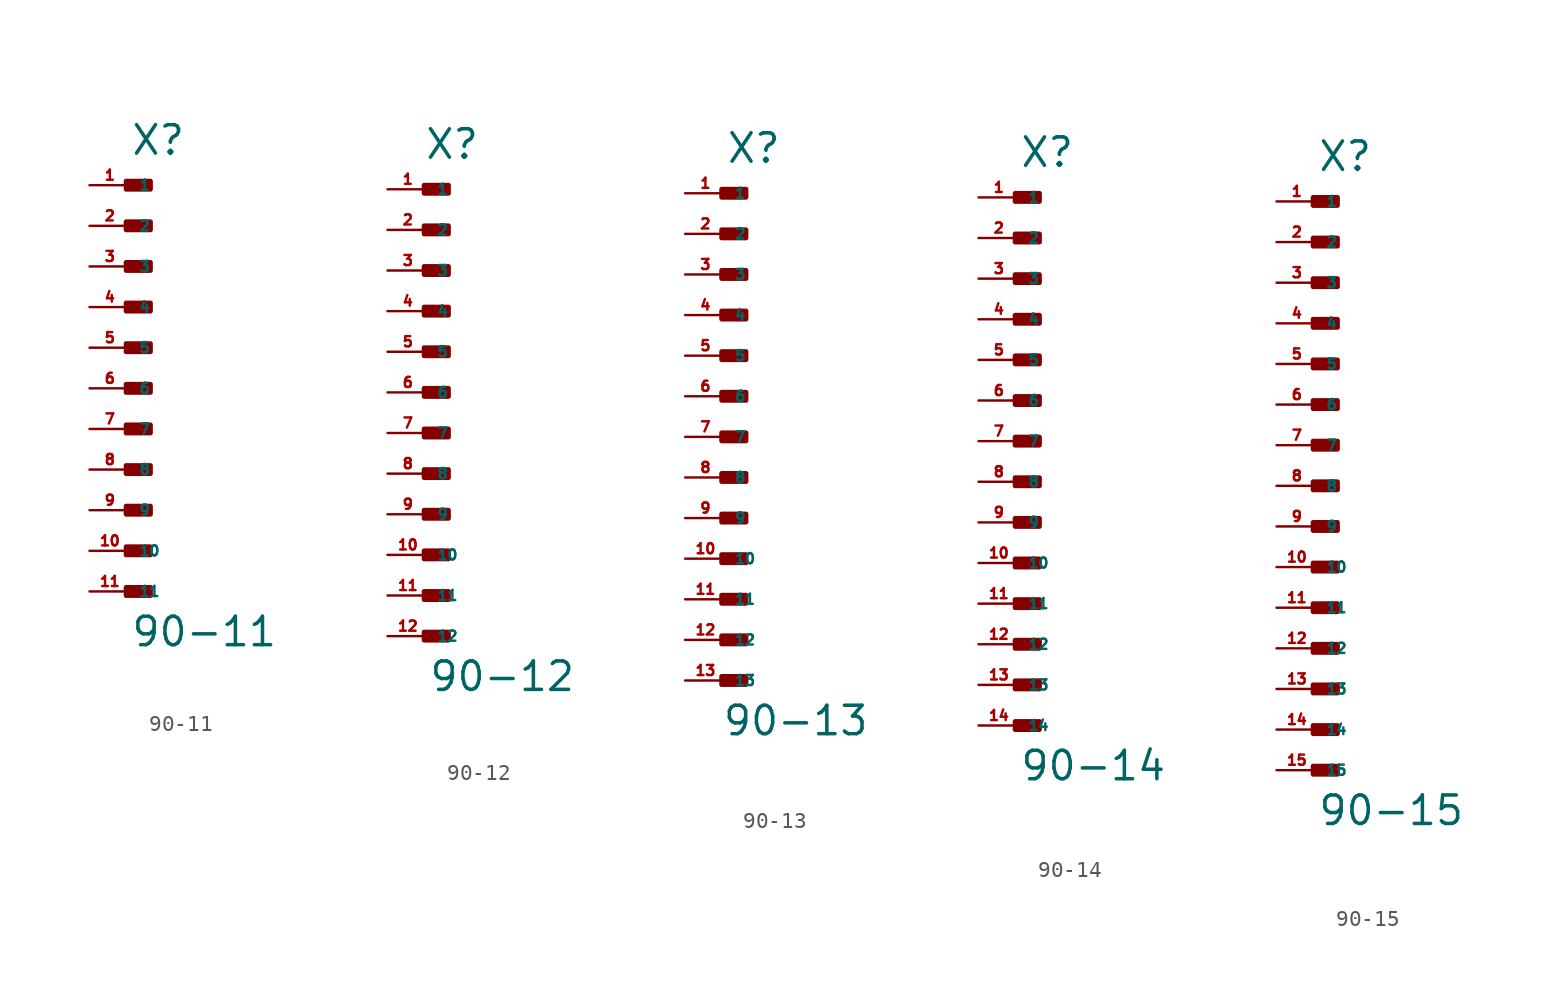
<source format=kicad_sym>
(kicad_symbol_lib
  (version 20220914)
  (generator Eagle2Kicad)
  (symbol "90-11"
    (property "Reference" "X"
      (at 0 14.478 0)
      (effects (font (size 1.778 1.778) (thickness 0.22)) (justify left bottom)))
    (property "Value" "90-11"
      (at 0 -16.256 0)
      (effects (font (size 1.778 1.778) (thickness 0.22)) (justify left bottom)))
    (rectangle
      (start -0.254 12.446)
      (end 1.27 12.954)
      (stroke (width 0.3) (type default))
      (fill (type outline)))
    (rectangle
      (start -0.254 9.906)
      (end 1.27 10.414)
      (stroke (width 0.3) (type default))
      (fill (type outline)))
    (rectangle
      (start -0.254 7.366)
      (end 1.27 7.874)
      (stroke (width 0.3) (type default))
      (fill (type outline)))
    (rectangle
      (start -0.254 4.826)
      (end 1.27 5.334)
      (stroke (width 0.3) (type default))
      (fill (type outline)))
    (rectangle
      (start -0.254 2.286)
      (end 1.27 2.794)
      (stroke (width 0.3) (type default))
      (fill (type outline)))
    (rectangle
      (start -0.254 -0.254)
      (end 1.27 0.254)
      (stroke (width 0.3) (type default))
      (fill (type outline)))
    (rectangle
      (start -0.254 -2.794)
      (end 1.27 -2.286)
      (stroke (width 0.3) (type default))
      (fill (type outline)))
    (rectangle
      (start -0.254 -5.334)
      (end 1.27 -4.826)
      (stroke (width 0.3) (type default))
      (fill (type outline)))
    (rectangle
      (start -0.254 -7.874)
      (end 1.27 -7.366)
      (stroke (width 0.3) (type default))
      (fill (type outline)))
    (rectangle
      (start -0.254 -10.414)
      (end 1.27 -9.906)
      (stroke (width 0.3) (type default))
      (fill (type outline)))
    (rectangle
      (start -0.254 -12.954)
      (end 1.27 -12.446)
      (stroke (width 0.3) (type default))
      (fill (type outline)))
    (pin passive line
      (at -2.54 12.7 0)
      (length 2.54)
      (name "1" (effects (font (size 0.635 0.635) (thickness 0.08)) (justify left bottom)))
      (number "1" (effects (font (size 0.635 0.635) (thickness 0.08)) (justify left bottom))))
    (pin passive line
      (at -2.54 10.16 0)
      (length 2.54)
      (name "2" (effects (font (size 0.635 0.635) (thickness 0.08)) (justify left bottom)))
      (number "2" (effects (font (size 0.635 0.635) (thickness 0.08)) (justify left bottom))))
    (pin passive line
      (at -2.54 7.62 0)
      (length 2.54)
      (name "3" (effects (font (size 0.635 0.635) (thickness 0.08)) (justify left bottom)))
      (number "3" (effects (font (size 0.635 0.635) (thickness 0.08)) (justify left bottom))))
    (pin passive line
      (at -2.54 5.08 0)
      (length 2.54)
      (name "4" (effects (font (size 0.635 0.635) (thickness 0.08)) (justify left bottom)))
      (number "4" (effects (font (size 0.635 0.635) (thickness 0.08)) (justify left bottom))))
    (pin passive line
      (at -2.54 2.54 0)
      (length 2.54)
      (name "5" (effects (font (size 0.635 0.635) (thickness 0.08)) (justify left bottom)))
      (number "5" (effects (font (size 0.635 0.635) (thickness 0.08)) (justify left bottom))))
    (pin passive line
      (at -2.54 0 0)
      (length 2.54)
      (name "6" (effects (font (size 0.635 0.635) (thickness 0.08)) (justify left bottom)))
      (number "6" (effects (font (size 0.635 0.635) (thickness 0.08)) (justify left bottom))))
    (pin passive line
      (at -2.54 -2.54 0)
      (length 2.54)
      (name "7" (effects (font (size 0.635 0.635) (thickness 0.08)) (justify left bottom)))
      (number "7" (effects (font (size 0.635 0.635) (thickness 0.08)) (justify left bottom))))
    (pin passive line
      (at -2.54 -5.08 0)
      (length 2.54)
      (name "8" (effects (font (size 0.635 0.635) (thickness 0.08)) (justify left bottom)))
      (number "8" (effects (font (size 0.635 0.635) (thickness 0.08)) (justify left bottom))))
    (pin passive line
      (at -2.54 -7.62 0)
      (length 2.54)
      (name "9" (effects (font (size 0.635 0.635) (thickness 0.08)) (justify left bottom)))
      (number "9" (effects (font (size 0.635 0.635) (thickness 0.08)) (justify left bottom))))
    (pin passive line
      (at -2.54 -10.16 0)
      (length 2.54)
      (name "10" (effects (font (size 0.635 0.635) (thickness 0.08)) (justify left bottom)))
      (number "10" (effects (font (size 0.635 0.635) (thickness 0.08)) (justify left bottom))))
    (pin passive line
      (at -2.54 -12.7 0)
      (length 2.54)
      (name "11" (effects (font (size 0.635 0.635) (thickness 0.08)) (justify left bottom)))
      (number "11" (effects (font (size 0.635 0.635) (thickness 0.08)) (justify left bottom)))))
  (symbol "90-12"
    (property "Reference" "X"
      (at -0.254 14.478 0)
      (effects (font (size 1.778 1.778) (thickness 0.22)) (justify left bottom)))
    (property "Value" "90-12"
      (at 0 -18.796 0)
      (effects (font (size 1.778 1.778) (thickness 0.22)) (justify left bottom)))
    (rectangle
      (start -0.254 12.446)
      (end 1.27 12.954)
      (stroke (width 0.3) (type default))
      (fill (type outline)))
    (rectangle
      (start -0.254 9.906)
      (end 1.27 10.414)
      (stroke (width 0.3) (type default))
      (fill (type outline)))
    (rectangle
      (start -0.254 7.366)
      (end 1.27 7.874)
      (stroke (width 0.3) (type default))
      (fill (type outline)))
    (rectangle
      (start -0.254 4.826)
      (end 1.27 5.334)
      (stroke (width 0.3) (type default))
      (fill (type outline)))
    (rectangle
      (start -0.254 2.286)
      (end 1.27 2.794)
      (stroke (width 0.3) (type default))
      (fill (type outline)))
    (rectangle
      (start -0.254 -0.254)
      (end 1.27 0.254)
      (stroke (width 0.3) (type default))
      (fill (type outline)))
    (rectangle
      (start -0.254 -2.794)
      (end 1.27 -2.286)
      (stroke (width 0.3) (type default))
      (fill (type outline)))
    (rectangle
      (start -0.254 -5.334)
      (end 1.27 -4.826)
      (stroke (width 0.3) (type default))
      (fill (type outline)))
    (rectangle
      (start -0.254 -7.874)
      (end 1.27 -7.366)
      (stroke (width 0.3) (type default))
      (fill (type outline)))
    (rectangle
      (start -0.254 -10.414)
      (end 1.27 -9.906)
      (stroke (width 0.3) (type default))
      (fill (type outline)))
    (rectangle
      (start -0.254 -12.954)
      (end 1.27 -12.446)
      (stroke (width 0.3) (type default))
      (fill (type outline)))
    (rectangle
      (start -0.254 -15.494)
      (end 1.27 -14.986)
      (stroke (width 0.3) (type default))
      (fill (type outline)))
    (pin passive line
      (at -2.54 12.7 0)
      (length 2.54)
      (name "1" (effects (font (size 0.635 0.635) (thickness 0.08)) (justify left bottom)))
      (number "1" (effects (font (size 0.635 0.635) (thickness 0.08)) (justify left bottom))))
    (pin passive line
      (at -2.54 10.16 0)
      (length 2.54)
      (name "2" (effects (font (size 0.635 0.635) (thickness 0.08)) (justify left bottom)))
      (number "2" (effects (font (size 0.635 0.635) (thickness 0.08)) (justify left bottom))))
    (pin passive line
      (at -2.54 7.62 0)
      (length 2.54)
      (name "3" (effects (font (size 0.635 0.635) (thickness 0.08)) (justify left bottom)))
      (number "3" (effects (font (size 0.635 0.635) (thickness 0.08)) (justify left bottom))))
    (pin passive line
      (at -2.54 5.08 0)
      (length 2.54)
      (name "4" (effects (font (size 0.635 0.635) (thickness 0.08)) (justify left bottom)))
      (number "4" (effects (font (size 0.635 0.635) (thickness 0.08)) (justify left bottom))))
    (pin passive line
      (at -2.54 2.54 0)
      (length 2.54)
      (name "5" (effects (font (size 0.635 0.635) (thickness 0.08)) (justify left bottom)))
      (number "5" (effects (font (size 0.635 0.635) (thickness 0.08)) (justify left bottom))))
    (pin passive line
      (at -2.54 0 0)
      (length 2.54)
      (name "6" (effects (font (size 0.635 0.635) (thickness 0.08)) (justify left bottom)))
      (number "6" (effects (font (size 0.635 0.635) (thickness 0.08)) (justify left bottom))))
    (pin passive line
      (at -2.54 -2.54 0)
      (length 2.54)
      (name "7" (effects (font (size 0.635 0.635) (thickness 0.08)) (justify left bottom)))
      (number "7" (effects (font (size 0.635 0.635) (thickness 0.08)) (justify left bottom))))
    (pin passive line
      (at -2.54 -5.08 0)
      (length 2.54)
      (name "8" (effects (font (size 0.635 0.635) (thickness 0.08)) (justify left bottom)))
      (number "8" (effects (font (size 0.635 0.635) (thickness 0.08)) (justify left bottom))))
    (pin passive line
      (at -2.54 -7.62 0)
      (length 2.54)
      (name "9" (effects (font (size 0.635 0.635) (thickness 0.08)) (justify left bottom)))
      (number "9" (effects (font (size 0.635 0.635) (thickness 0.08)) (justify left bottom))))
    (pin passive line
      (at -2.54 -10.16 0)
      (length 2.54)
      (name "10" (effects (font (size 0.635 0.635) (thickness 0.08)) (justify left bottom)))
      (number "10" (effects (font (size 0.635 0.635) (thickness 0.08)) (justify left bottom))))
    (pin passive line
      (at -2.54 -12.7 0)
      (length 2.54)
      (name "11" (effects (font (size 0.635 0.635) (thickness 0.08)) (justify left bottom)))
      (number "11" (effects (font (size 0.635 0.635) (thickness 0.08)) (justify left bottom))))
    (pin passive line
      (at -2.54 -15.24 0)
      (length 2.54)
      (name "12" (effects (font (size 0.635 0.635) (thickness 0.08)) (justify left bottom)))
      (number "12" (effects (font (size 0.635 0.635) (thickness 0.08)) (justify left bottom)))))
  (symbol "90-13"
    (property "Reference" "X"
      (at 0 17.018 0)
      (effects (font (size 1.778 1.778) (thickness 0.22)) (justify left bottom)))
    (property "Value" "90-13"
      (at -0.254 -18.796 0)
      (effects (font (size 1.778 1.778) (thickness 0.22)) (justify left bottom)))
    (rectangle
      (start -0.254 14.986)
      (end 1.27 15.494)
      (stroke (width 0.3) (type default))
      (fill (type outline)))
    (rectangle
      (start -0.254 12.446)
      (end 1.27 12.954)
      (stroke (width 0.3) (type default))
      (fill (type outline)))
    (rectangle
      (start -0.254 9.906)
      (end 1.27 10.414)
      (stroke (width 0.3) (type default))
      (fill (type outline)))
    (rectangle
      (start -0.254 7.366)
      (end 1.27 7.874)
      (stroke (width 0.3) (type default))
      (fill (type outline)))
    (rectangle
      (start -0.254 4.826)
      (end 1.27 5.334)
      (stroke (width 0.3) (type default))
      (fill (type outline)))
    (rectangle
      (start -0.254 2.286)
      (end 1.27 2.794)
      (stroke (width 0.3) (type default))
      (fill (type outline)))
    (rectangle
      (start -0.254 -0.254)
      (end 1.27 0.254)
      (stroke (width 0.3) (type default))
      (fill (type outline)))
    (rectangle
      (start -0.254 -2.794)
      (end 1.27 -2.286)
      (stroke (width 0.3) (type default))
      (fill (type outline)))
    (rectangle
      (start -0.254 -5.334)
      (end 1.27 -4.826)
      (stroke (width 0.3) (type default))
      (fill (type outline)))
    (rectangle
      (start -0.254 -7.874)
      (end 1.27 -7.366)
      (stroke (width 0.3) (type default))
      (fill (type outline)))
    (rectangle
      (start -0.254 -10.414)
      (end 1.27 -9.906)
      (stroke (width 0.3) (type default))
      (fill (type outline)))
    (rectangle
      (start -0.254 -12.954)
      (end 1.27 -12.446)
      (stroke (width 0.3) (type default))
      (fill (type outline)))
    (rectangle
      (start -0.254 -15.494)
      (end 1.27 -14.986)
      (stroke (width 0.3) (type default))
      (fill (type outline)))
    (pin passive line
      (at -2.54 15.24 0)
      (length 2.54)
      (name "1" (effects (font (size 0.635 0.635) (thickness 0.08)) (justify left bottom)))
      (number "1" (effects (font (size 0.635 0.635) (thickness 0.08)) (justify left bottom))))
    (pin passive line
      (at -2.54 12.7 0)
      (length 2.54)
      (name "2" (effects (font (size 0.635 0.635) (thickness 0.08)) (justify left bottom)))
      (number "2" (effects (font (size 0.635 0.635) (thickness 0.08)) (justify left bottom))))
    (pin passive line
      (at -2.54 10.16 0)
      (length 2.54)
      (name "3" (effects (font (size 0.635 0.635) (thickness 0.08)) (justify left bottom)))
      (number "3" (effects (font (size 0.635 0.635) (thickness 0.08)) (justify left bottom))))
    (pin passive line
      (at -2.54 7.62 0)
      (length 2.54)
      (name "4" (effects (font (size 0.635 0.635) (thickness 0.08)) (justify left bottom)))
      (number "4" (effects (font (size 0.635 0.635) (thickness 0.08)) (justify left bottom))))
    (pin passive line
      (at -2.54 5.08 0)
      (length 2.54)
      (name "5" (effects (font (size 0.635 0.635) (thickness 0.08)) (justify left bottom)))
      (number "5" (effects (font (size 0.635 0.635) (thickness 0.08)) (justify left bottom))))
    (pin passive line
      (at -2.54 2.54 0)
      (length 2.54)
      (name "6" (effects (font (size 0.635 0.635) (thickness 0.08)) (justify left bottom)))
      (number "6" (effects (font (size 0.635 0.635) (thickness 0.08)) (justify left bottom))))
    (pin passive line
      (at -2.54 0 0)
      (length 2.54)
      (name "7" (effects (font (size 0.635 0.635) (thickness 0.08)) (justify left bottom)))
      (number "7" (effects (font (size 0.635 0.635) (thickness 0.08)) (justify left bottom))))
    (pin passive line
      (at -2.54 -2.54 0)
      (length 2.54)
      (name "8" (effects (font (size 0.635 0.635) (thickness 0.08)) (justify left bottom)))
      (number "8" (effects (font (size 0.635 0.635) (thickness 0.08)) (justify left bottom))))
    (pin passive line
      (at -2.54 -5.08 0)
      (length 2.54)
      (name "9" (effects (font (size 0.635 0.635) (thickness 0.08)) (justify left bottom)))
      (number "9" (effects (font (size 0.635 0.635) (thickness 0.08)) (justify left bottom))))
    (pin passive line
      (at -2.54 -7.62 0)
      (length 2.54)
      (name "10" (effects (font (size 0.635 0.635) (thickness 0.08)) (justify left bottom)))
      (number "10" (effects (font (size 0.635 0.635) (thickness 0.08)) (justify left bottom))))
    (pin passive line
      (at -2.54 -10.16 0)
      (length 2.54)
      (name "11" (effects (font (size 0.635 0.635) (thickness 0.08)) (justify left bottom)))
      (number "11" (effects (font (size 0.635 0.635) (thickness 0.08)) (justify left bottom))))
    (pin passive line
      (at -2.54 -12.7 0)
      (length 2.54)
      (name "12" (effects (font (size 0.635 0.635) (thickness 0.08)) (justify left bottom)))
      (number "12" (effects (font (size 0.635 0.635) (thickness 0.08)) (justify left bottom))))
    (pin passive line
      (at -2.54 -15.24 0)
      (length 2.54)
      (name "13" (effects (font (size 0.635 0.635) (thickness 0.08)) (justify left bottom)))
      (number "13" (effects (font (size 0.635 0.635) (thickness 0.08)) (justify left bottom)))))
  (symbol "90-14"
    (property "Reference" "X"
      (at 0 17.018 0)
      (effects (font (size 1.778 1.778) (thickness 0.22)) (justify left bottom)))
    (property "Value" "90-14"
      (at 0 -21.336 0)
      (effects (font (size 1.778 1.778) (thickness 0.22)) (justify left bottom)))
    (rectangle
      (start -0.254 14.986)
      (end 1.27 15.494)
      (stroke (width 0.3) (type default))
      (fill (type outline)))
    (rectangle
      (start -0.254 12.446)
      (end 1.27 12.954)
      (stroke (width 0.3) (type default))
      (fill (type outline)))
    (rectangle
      (start -0.254 9.906)
      (end 1.27 10.414)
      (stroke (width 0.3) (type default))
      (fill (type outline)))
    (rectangle
      (start -0.254 7.366)
      (end 1.27 7.874)
      (stroke (width 0.3) (type default))
      (fill (type outline)))
    (rectangle
      (start -0.254 4.826)
      (end 1.27 5.334)
      (stroke (width 0.3) (type default))
      (fill (type outline)))
    (rectangle
      (start -0.254 2.286)
      (end 1.27 2.794)
      (stroke (width 0.3) (type default))
      (fill (type outline)))
    (rectangle
      (start -0.254 -0.254)
      (end 1.27 0.254)
      (stroke (width 0.3) (type default))
      (fill (type outline)))
    (rectangle
      (start -0.254 -2.794)
      (end 1.27 -2.286)
      (stroke (width 0.3) (type default))
      (fill (type outline)))
    (rectangle
      (start -0.254 -5.334)
      (end 1.27 -4.826)
      (stroke (width 0.3) (type default))
      (fill (type outline)))
    (rectangle
      (start -0.254 -7.874)
      (end 1.27 -7.366)
      (stroke (width 0.3) (type default))
      (fill (type outline)))
    (rectangle
      (start -0.254 -10.414)
      (end 1.27 -9.906)
      (stroke (width 0.3) (type default))
      (fill (type outline)))
    (rectangle
      (start -0.254 -12.954)
      (end 1.27 -12.446)
      (stroke (width 0.3) (type default))
      (fill (type outline)))
    (rectangle
      (start -0.254 -15.494)
      (end 1.27 -14.986)
      (stroke (width 0.3) (type default))
      (fill (type outline)))
    (rectangle
      (start -0.254 -18.034)
      (end 1.27 -17.526)
      (stroke (width 0.3) (type default))
      (fill (type outline)))
    (pin passive line
      (at -2.54 15.24 0)
      (length 2.54)
      (name "1" (effects (font (size 0.635 0.635) (thickness 0.08)) (justify left bottom)))
      (number "1" (effects (font (size 0.635 0.635) (thickness 0.08)) (justify left bottom))))
    (pin passive line
      (at -2.54 12.7 0)
      (length 2.54)
      (name "2" (effects (font (size 0.635 0.635) (thickness 0.08)) (justify left bottom)))
      (number "2" (effects (font (size 0.635 0.635) (thickness 0.08)) (justify left bottom))))
    (pin passive line
      (at -2.54 10.16 0)
      (length 2.54)
      (name "3" (effects (font (size 0.635 0.635) (thickness 0.08)) (justify left bottom)))
      (number "3" (effects (font (size 0.635 0.635) (thickness 0.08)) (justify left bottom))))
    (pin passive line
      (at -2.54 7.62 0)
      (length 2.54)
      (name "4" (effects (font (size 0.635 0.635) (thickness 0.08)) (justify left bottom)))
      (number "4" (effects (font (size 0.635 0.635) (thickness 0.08)) (justify left bottom))))
    (pin passive line
      (at -2.54 5.08 0)
      (length 2.54)
      (name "5" (effects (font (size 0.635 0.635) (thickness 0.08)) (justify left bottom)))
      (number "5" (effects (font (size 0.635 0.635) (thickness 0.08)) (justify left bottom))))
    (pin passive line
      (at -2.54 2.54 0)
      (length 2.54)
      (name "6" (effects (font (size 0.635 0.635) (thickness 0.08)) (justify left bottom)))
      (number "6" (effects (font (size 0.635 0.635) (thickness 0.08)) (justify left bottom))))
    (pin passive line
      (at -2.54 0 0)
      (length 2.54)
      (name "7" (effects (font (size 0.635 0.635) (thickness 0.08)) (justify left bottom)))
      (number "7" (effects (font (size 0.635 0.635) (thickness 0.08)) (justify left bottom))))
    (pin passive line
      (at -2.54 -2.54 0)
      (length 2.54)
      (name "8" (effects (font (size 0.635 0.635) (thickness 0.08)) (justify left bottom)))
      (number "8" (effects (font (size 0.635 0.635) (thickness 0.08)) (justify left bottom))))
    (pin passive line
      (at -2.54 -5.08 0)
      (length 2.54)
      (name "9" (effects (font (size 0.635 0.635) (thickness 0.08)) (justify left bottom)))
      (number "9" (effects (font (size 0.635 0.635) (thickness 0.08)) (justify left bottom))))
    (pin passive line
      (at -2.54 -7.62 0)
      (length 2.54)
      (name "10" (effects (font (size 0.635 0.635) (thickness 0.08)) (justify left bottom)))
      (number "10" (effects (font (size 0.635 0.635) (thickness 0.08)) (justify left bottom))))
    (pin passive line
      (at -2.54 -10.16 0)
      (length 2.54)
      (name "11" (effects (font (size 0.635 0.635) (thickness 0.08)) (justify left bottom)))
      (number "11" (effects (font (size 0.635 0.635) (thickness 0.08)) (justify left bottom))))
    (pin passive line
      (at -2.54 -12.7 0)
      (length 2.54)
      (name "12" (effects (font (size 0.635 0.635) (thickness 0.08)) (justify left bottom)))
      (number "12" (effects (font (size 0.635 0.635) (thickness 0.08)) (justify left bottom))))
    (pin passive line
      (at -2.54 -15.24 0)
      (length 2.54)
      (name "13" (effects (font (size 0.635 0.635) (thickness 0.08)) (justify left bottom)))
      (number "13" (effects (font (size 0.635 0.635) (thickness 0.08)) (justify left bottom))))
    (pin passive line
      (at -2.54 -17.78 0)
      (length 2.54)
      (name "14" (effects (font (size 0.635 0.635) (thickness 0.08)) (justify left bottom)))
      (number "14" (effects (font (size 0.635 0.635) (thickness 0.08)) (justify left bottom)))))
  (symbol "90-15"
    (property "Reference" "X"
      (at 0 19.558 0)
      (effects (font (size 1.778 1.778) (thickness 0.22)) (justify left bottom)))
    (property "Value" "90-15"
      (at 0 -21.336 0)
      (effects (font (size 1.778 1.778) (thickness 0.22)) (justify left bottom)))
    (rectangle
      (start -0.254 17.526)
      (end 1.27 18.034)
      (stroke (width 0.3) (type default))
      (fill (type outline)))
    (rectangle
      (start -0.254 14.986)
      (end 1.27 15.494)
      (stroke (width 0.3) (type default))
      (fill (type outline)))
    (rectangle
      (start -0.254 12.446)
      (end 1.27 12.954)
      (stroke (width 0.3) (type default))
      (fill (type outline)))
    (rectangle
      (start -0.254 9.906)
      (end 1.27 10.414)
      (stroke (width 0.3) (type default))
      (fill (type outline)))
    (rectangle
      (start -0.254 7.366)
      (end 1.27 7.874)
      (stroke (width 0.3) (type default))
      (fill (type outline)))
    (rectangle
      (start -0.254 4.826)
      (end 1.27 5.334)
      (stroke (width 0.3) (type default))
      (fill (type outline)))
    (rectangle
      (start -0.254 2.286)
      (end 1.27 2.794)
      (stroke (width 0.3) (type default))
      (fill (type outline)))
    (rectangle
      (start -0.254 -0.254)
      (end 1.27 0.254)
      (stroke (width 0.3) (type default))
      (fill (type outline)))
    (rectangle
      (start -0.254 -2.794)
      (end 1.27 -2.286)
      (stroke (width 0.3) (type default))
      (fill (type outline)))
    (rectangle
      (start -0.254 -5.334)
      (end 1.27 -4.826)
      (stroke (width 0.3) (type default))
      (fill (type outline)))
    (rectangle
      (start -0.254 -7.874)
      (end 1.27 -7.366)
      (stroke (width 0.3) (type default))
      (fill (type outline)))
    (rectangle
      (start -0.254 -10.414)
      (end 1.27 -9.906)
      (stroke (width 0.3) (type default))
      (fill (type outline)))
    (rectangle
      (start -0.254 -12.954)
      (end 1.27 -12.446)
      (stroke (width 0.3) (type default))
      (fill (type outline)))
    (rectangle
      (start -0.254 -15.494)
      (end 1.27 -14.986)
      (stroke (width 0.3) (type default))
      (fill (type outline)))
    (rectangle
      (start -0.254 -18.034)
      (end 1.27 -17.526)
      (stroke (width 0.3) (type default))
      (fill (type outline)))
    (pin passive line
      (at -2.54 17.78 0)
      (length 2.54)
      (name "1" (effects (font (size 0.635 0.635) (thickness 0.08)) (justify left bottom)))
      (number "1" (effects (font (size 0.635 0.635) (thickness 0.08)) (justify left bottom))))
    (pin passive line
      (at -2.54 15.24 0)
      (length 2.54)
      (name "2" (effects (font (size 0.635 0.635) (thickness 0.08)) (justify left bottom)))
      (number "2" (effects (font (size 0.635 0.635) (thickness 0.08)) (justify left bottom))))
    (pin passive line
      (at -2.54 12.7 0)
      (length 2.54)
      (name "3" (effects (font (size 0.635 0.635) (thickness 0.08)) (justify left bottom)))
      (number "3" (effects (font (size 0.635 0.635) (thickness 0.08)) (justify left bottom))))
    (pin passive line
      (at -2.54 10.16 0)
      (length 2.54)
      (name "4" (effects (font (size 0.635 0.635) (thickness 0.08)) (justify left bottom)))
      (number "4" (effects (font (size 0.635 0.635) (thickness 0.08)) (justify left bottom))))
    (pin passive line
      (at -2.54 7.62 0)
      (length 2.54)
      (name "5" (effects (font (size 0.635 0.635) (thickness 0.08)) (justify left bottom)))
      (number "5" (effects (font (size 0.635 0.635) (thickness 0.08)) (justify left bottom))))
    (pin passive line
      (at -2.54 5.08 0)
      (length 2.54)
      (name "6" (effects (font (size 0.635 0.635) (thickness 0.08)) (justify left bottom)))
      (number "6" (effects (font (size 0.635 0.635) (thickness 0.08)) (justify left bottom))))
    (pin passive line
      (at -2.54 2.54 0)
      (length 2.54)
      (name "7" (effects (font (size 0.635 0.635) (thickness 0.08)) (justify left bottom)))
      (number "7" (effects (font (size 0.635 0.635) (thickness 0.08)) (justify left bottom))))
    (pin passive line
      (at -2.54 0 0)
      (length 2.54)
      (name "8" (effects (font (size 0.635 0.635) (thickness 0.08)) (justify left bottom)))
      (number "8" (effects (font (size 0.635 0.635) (thickness 0.08)) (justify left bottom))))
    (pin passive line
      (at -2.54 -2.54 0)
      (length 2.54)
      (name "9" (effects (font (size 0.635 0.635) (thickness 0.08)) (justify left bottom)))
      (number "9" (effects (font (size 0.635 0.635) (thickness 0.08)) (justify left bottom))))
    (pin passive line
      (at -2.54 -5.08 0)
      (length 2.54)
      (name "10" (effects (font (size 0.635 0.635) (thickness 0.08)) (justify left bottom)))
      (number "10" (effects (font (size 0.635 0.635) (thickness 0.08)) (justify left bottom))))
    (pin passive line
      (at -2.54 -7.62 0)
      (length 2.54)
      (name "11" (effects (font (size 0.635 0.635) (thickness 0.08)) (justify left bottom)))
      (number "11" (effects (font (size 0.635 0.635) (thickness 0.08)) (justify left bottom))))
    (pin passive line
      (at -2.54 -10.16 0)
      (length 2.54)
      (name "12" (effects (font (size 0.635 0.635) (thickness 0.08)) (justify left bottom)))
      (number "12" (effects (font (size 0.635 0.635) (thickness 0.08)) (justify left bottom))))
    (pin passive line
      (at -2.54 -12.7 0)
      (length 2.54)
      (name "13" (effects (font (size 0.635 0.635) (thickness 0.08)) (justify left bottom)))
      (number "13" (effects (font (size 0.635 0.635) (thickness 0.08)) (justify left bottom))))
    (pin passive line
      (at -2.54 -15.24 0)
      (length 2.54)
      (name "14" (effects (font (size 0.635 0.635) (thickness 0.08)) (justify left bottom)))
      (number "14" (effects (font (size 0.635 0.635) (thickness 0.08)) (justify left bottom))))
    (pin passive line
      (at -2.54 -17.78 0)
      (length 2.54)
      (name "15" (effects (font (size 0.635 0.635) (thickness 0.08)) (justify left bottom)))
      (number "15" (effects (font (size 0.635 0.635) (thickness 0.08)) (justify left bottom))))))
</source>
